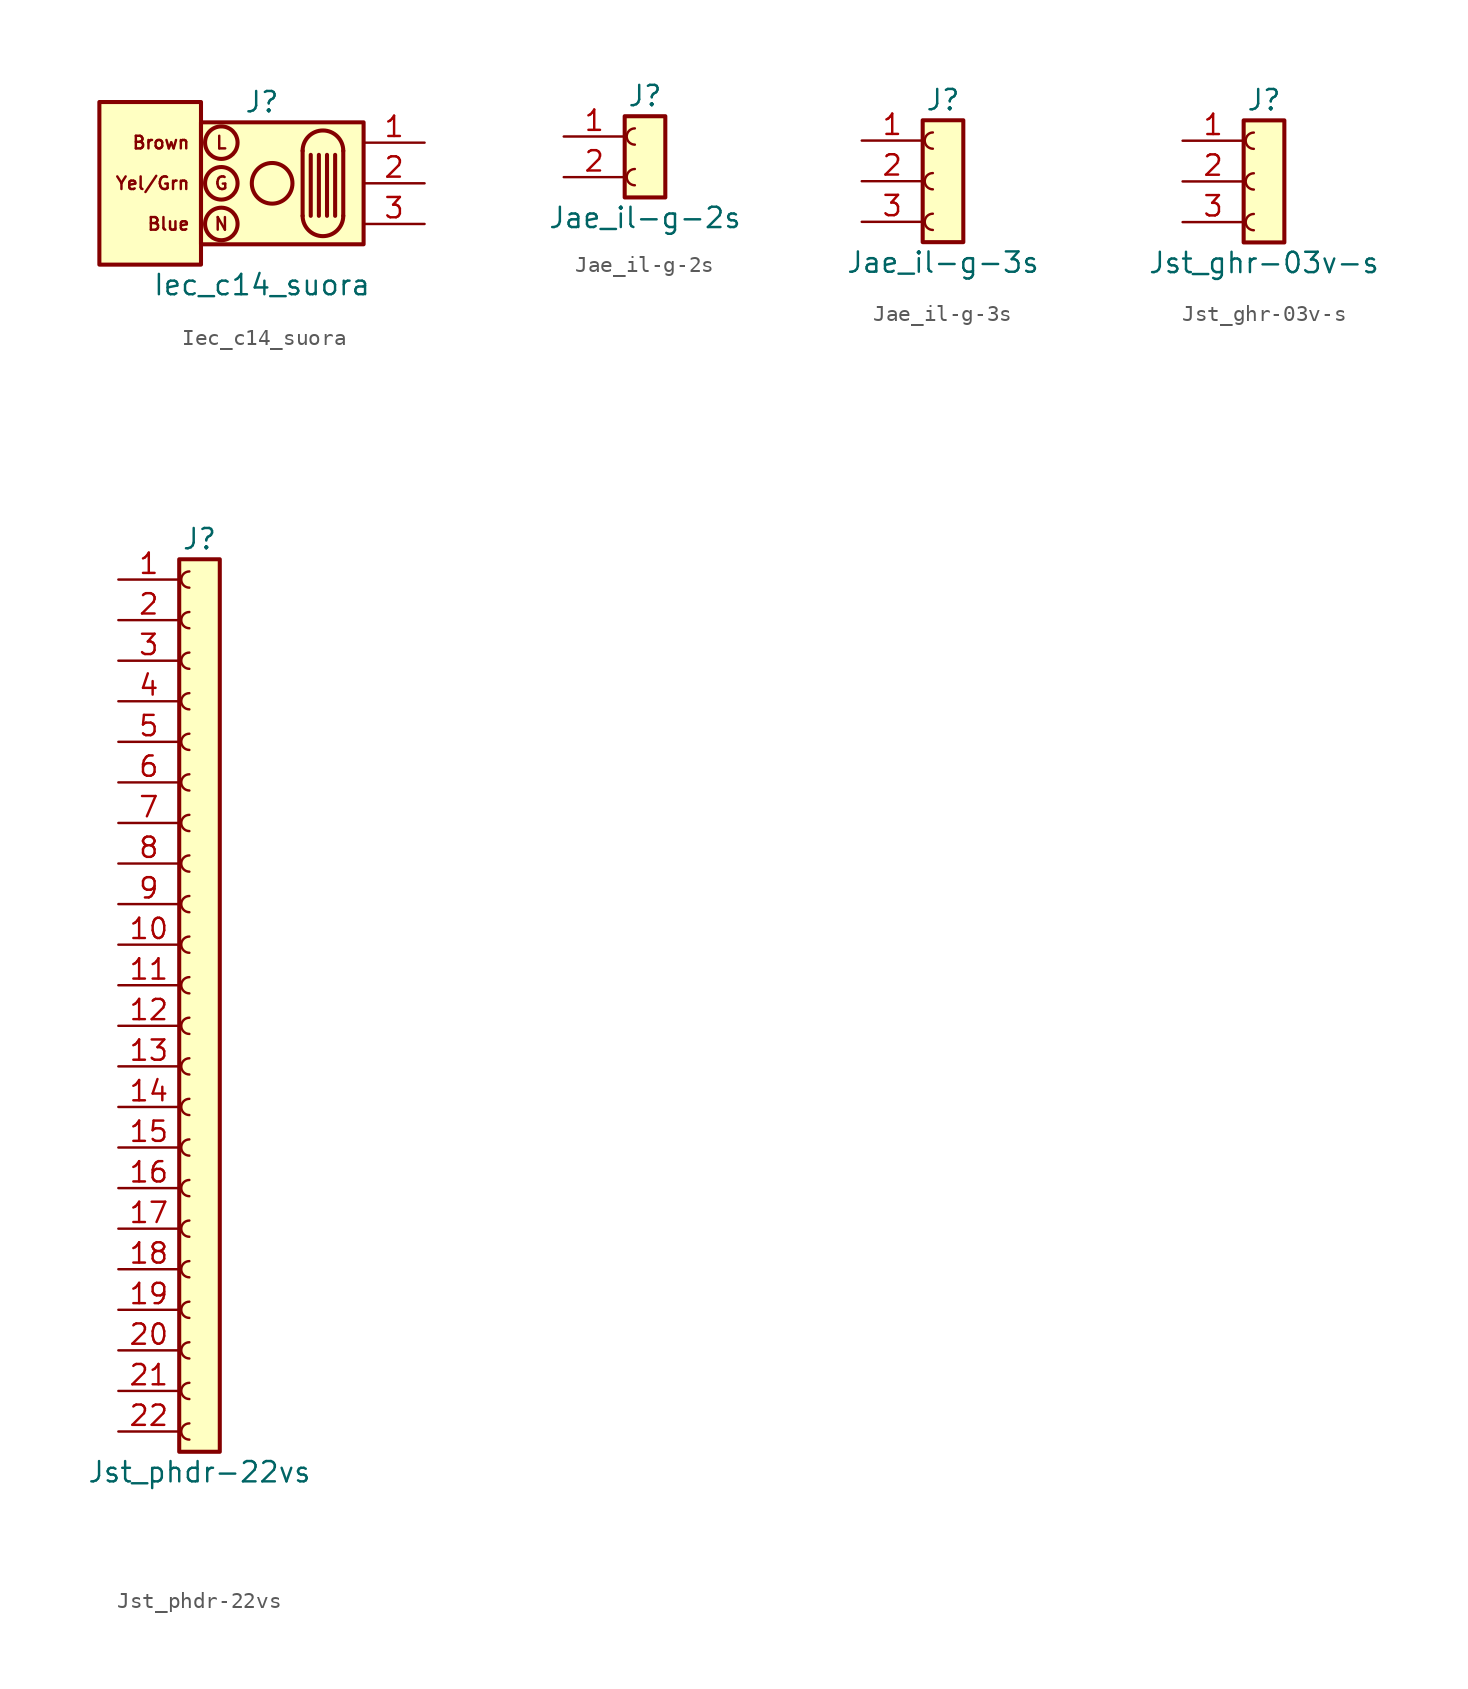
<source format=kicad_sym>
(kicad_symbol_lib
  (version 20211014)
  (generator kicad_symbol_editor)
  (symbol "Iec_c14_suora"
    (pin_names
      (offset 1.016) hide)
    (property "Reference" "J"
      (at 0 5.08 0)
      (effects (font (size 1.27 1.27))))
    (property "Value" "Iec_c14_suora"
      (at 0 -6.35 0)
      (effects (font (size 1.27 1.27))))
    (symbol "Iec_c14_suora_0_0"
      (text "Blue" (at -4.445 -2.54 0) (effects (font (size 0.787 0.787)) (justify right)))
      (text "Brown" (at -4.445 2.54 0) (effects (font (size 0.787 0.787)) (justify right)))
      (text "G" (at -2.54 0 0) (effects (font (size 0.787 0.787))))
      (text "L" (at -2.54 2.54 0) (effects (font (size 0.787 0.787))))
      (text "N" (at -2.54 -2.54 0) (effects (font (size 0.787 0.787))))
      (text "Yel/Grn" (at -4.445 0 0) (effects (font (size 0.787 0.787)) (justify right))))
    (symbol "Iec_c14_suora_0_1"
      (rectangle (start -10.16 5.08) (end -3.81 -5.08) (stroke (width 0.254) (type default) (color 0 0 0 0)) (fill (type background)))
      (rectangle (start -3.81 3.81) (end 6.35 -3.81) (stroke (width 0.254) (type default) (color 0 0 0 0)) (fill (type background)))
      (circle (center -2.54 -2.54) (radius 1.016) (stroke (width 0.254) (type default) (color 0 0 0 0)) (fill (type none)))
      (circle (center -2.54 0) (radius 1.016) (stroke (width 0.254) (type default) (color 0 0 0 0)) (fill (type none)))
      (circle (center -2.54 2.54) (radius 1.016) (stroke (width 0.254) (type default) (color 0 0 0 0)) (fill (type none)))
      (polyline (pts (xy 2.54 2.032) (xy 2.54 -2.032)) (stroke (width 0.254) (type default) (color 0 0 0 0)) (fill (type none)))
      (polyline (pts (xy 3.048 1.778) (xy 3.048 -2.032)) (stroke (width 0.254) (type default) (color 0 0 0 0)) (fill (type none)))
      (polyline (pts (xy 3.556 1.778) (xy 3.556 -2.032)) (stroke (width 0.254) (type default) (color 0 0 0 0)) (fill (type none)))
      (polyline (pts (xy 4.064 1.778) (xy 4.064 -2.032)) (stroke (width 0.254) (type default) (color 0 0 0 0)) (fill (type none)))
      (polyline (pts (xy 4.572 1.778) (xy 4.572 -2.032)) (stroke (width 0.254) (type default) (color 0 0 0 0)) (fill (type none)))
      (polyline (pts (xy 5.08 2.032) (xy 5.08 -2.032)) (stroke (width 0.254) (type default) (color 0 0 0 0)) (fill (type none)))
      (circle (center 0.635 0) (radius 1.27) (stroke (width 0.254) (type default) (color 0 0 0 0)) (fill (type none)))
      (arc (start 2.54 -2.032) (mid 3.81 -3.302) (end 5.08 -2.032) (stroke (width 0.254) (type default) (color 0 0 0 0)) (fill (type none))))
    (symbol "Iec_c14_suora_1_1"
      (arc (start 5.08 2.032) (mid 3.81 3.302) (end 2.54 2.032) (stroke (width 0.254) (type default) (color 0 0 0 0)) (fill (type none)))
      (pin passive line (at 10.16 2.54 180) (length 3.81) (name "Pin_1" (effects (font (size 1.27 1.27)))) (number "1" (effects (font (size 1.27 1.27)))))
      (pin passive line (at 10.16 0 180) (length 3.81) (name "Pin_2" (effects (font (size 1.27 1.27)))) (number "2" (effects (font (size 1.27 1.27)))))
      (pin passive line (at 10.16 -2.54 180) (length 3.81) (name "Pin_3" (effects (font (size 1.27 1.27)))) (number "3" (effects (font (size 1.27 1.27)))))))
  (symbol "Jae_il-g-2s"
    (pin_names
      (offset 1.016) hide)
    (property "Reference" "J"
      (at 0 2.54 0)
      (effects (font (size 1.27 1.27))))
    (property "Value" "Jae_il-g-2s"
      (at 0 -5.08 0)
      (effects (font (size 1.27 1.27))))
    (symbol "Jae_il-g-2s_0_1"
      (arc (start -0.635 -2.032) (mid -1.143 -2.54) (end -0.635 -3.048) (stroke (width 0) (type default) (color 0 0 0 0)) (fill (type none)))
      (arc (start -0.635 0.508) (mid -1.143 0) (end -0.635 -0.508) (stroke (width 0) (type default) (color 0 0 0 0)) (fill (type none))))
    (symbol "Jae_il-g-2s_1_1"
      (rectangle (start -1.27 1.27) (end 1.27 -3.81) (stroke (width 0.254) (type default) (color 0 0 0 0)) (fill (type background)))
      (pin passive line (at -5.08 0 0) (length 3.81) (name "Pin_1" (effects (font (size 1.27 1.27)))) (number "1" (effects (font (size 1.27 1.27)))))
      (pin passive line (at -5.08 -2.54 0) (length 3.81) (name "Pin_2" (effects (font (size 1.27 1.27)))) (number "2" (effects (font (size 1.27 1.27)))))))
  (symbol "Jae_il-g-3s"
    (pin_names
      (offset 1.016) hide)
    (property "Reference" "J"
      (at 0 5.08 0)
      (effects (font (size 1.27 1.27))))
    (property "Value" "Jae_il-g-3s"
      (at 0 -5.08 0)
      (effects (font (size 1.27 1.27))))
    (symbol "Jae_il-g-3s_1_1"
      (rectangle (start -1.27 3.81) (end 1.27 -3.81) (stroke (width 0.254) (type default) (color 0 0 0 0)) (fill (type background)))
      (arc (start -0.635 -2.032) (mid -1.143 -2.54) (end -0.635 -3.048) (stroke (width 0) (type default) (color 0 0 0 0)) (fill (type none)))
      (arc (start -0.635 0.508) (mid -1.143 0) (end -0.635 -0.508) (stroke (width 0) (type default) (color 0 0 0 0)) (fill (type none)))
      (arc (start -0.635 3.048) (mid -1.143 2.54) (end -0.635 2.032) (stroke (width 0) (type default) (color 0 0 0 0)) (fill (type none)))
      (pin passive line (at -5.08 2.54 0) (length 3.81) (name "Pin_1" (effects (font (size 1.27 1.27)))) (number "1" (effects (font (size 1.27 1.27)))))
      (pin passive line (at -5.08 0 0) (length 3.81) (name "Pin_2" (effects (font (size 1.27 1.27)))) (number "2" (effects (font (size 1.27 1.27)))))
      (pin passive line (at -5.08 -2.54 0) (length 3.81) (name "Pin_3" (effects (font (size 1.27 1.27)))) (number "3" (effects (font (size 1.27 1.27)))))))
  (symbol "Jst_ghr-03v-s"
    (pin_names
      (offset 1.016) hide)
    (property "Reference" "J"
      (at 0 5.08 0)
      (effects (font (size 1.27 1.27))))
    (property "Value" "Jst_ghr-03v-s"
      (at 0 -5.08 0)
      (effects (font (size 1.27 1.27))))
    (symbol "Jst_ghr-03v-s_1_1"
      (rectangle (start -1.27 3.81) (end 1.27 -3.81) (stroke (width 0.254) (type default) (color 0 0 0 0)) (fill (type background)))
      (arc (start -0.635 -2.032) (mid -1.143 -2.54) (end -0.635 -3.048) (stroke (width 0) (type default) (color 0 0 0 0)) (fill (type none)))
      (arc (start -0.635 0.508) (mid -1.143 0) (end -0.635 -0.508) (stroke (width 0) (type default) (color 0 0 0 0)) (fill (type none)))
      (arc (start -0.635 3.048) (mid -1.143 2.54) (end -0.635 2.032) (stroke (width 0) (type default) (color 0 0 0 0)) (fill (type none)))
      (pin passive line (at -5.08 2.54 0) (length 3.81) (name "Pin_1" (effects (font (size 1.27 1.27)))) (number "1" (effects (font (size 1.27 1.27)))))
      (pin passive line (at -5.08 0 0) (length 3.81) (name "Pin_2" (effects (font (size 1.27 1.27)))) (number "2" (effects (font (size 1.27 1.27)))))
      (pin passive line (at -5.08 -2.54 0) (length 3.81) (name "Pin_3" (effects (font (size 1.27 1.27)))) (number "3" (effects (font (size 1.27 1.27)))))))
  (symbol "Jst_phdr-22vs"
    (pin_names
      (offset 1.016) hide)
    (property "Reference" "J"
      (at 0 27.94 0)
      (effects (font (size 1.27 1.27))))
    (property "Value" "Jst_phdr-22vs"
      (at 0 -30.48 0)
      (effects (font (size 1.27 1.27))))
    (symbol "Jst_phdr-22vs_0_0"
      (arc (start -0.635 -27.432) (mid -1.143 -27.94) (end -0.635 -28.448) (stroke (width 0) (type default) (color 0 0 0 0)) (fill (type none))))
    (symbol "Jst_phdr-22vs_1_1"
      (rectangle (start -1.27 26.67) (end 1.27 -29.21) (stroke (width 0.254) (type default) (color 0 0 0 0)) (fill (type background)))
      (arc (start -0.635 -24.892) (mid -1.143 -25.4) (end -0.635 -25.908) (stroke (width 0) (type default) (color 0 0 0 0)) (fill (type none)))
      (arc (start -0.635 -22.352) (mid -1.143 -22.86) (end -0.635 -23.368) (stroke (width 0) (type default) (color 0 0 0 0)) (fill (type none)))
      (arc (start -0.635 -19.812) (mid -1.143 -20.32) (end -0.635 -20.828) (stroke (width 0) (type default) (color 0 0 0 0)) (fill (type none)))
      (arc (start -0.635 -17.272) (mid -1.143 -17.78) (end -0.635 -18.288) (stroke (width 0) (type default) (color 0 0 0 0)) (fill (type none)))
      (arc (start -0.635 -14.732) (mid -1.143 -15.24) (end -0.635 -15.748) (stroke (width 0) (type default) (color 0 0 0 0)) (fill (type none)))
      (arc (start -0.635 -12.192) (mid -1.143 -12.7) (end -0.635 -13.208) (stroke (width 0) (type default) (color 0 0 0 0)) (fill (type none)))
      (arc (start -0.635 -9.652) (mid -1.143 -10.16) (end -0.635 -10.668) (stroke (width 0) (type default) (color 0 0 0 0)) (fill (type none)))
      (arc (start -0.635 -7.112) (mid -1.143 -7.62) (end -0.635 -8.128) (stroke (width 0) (type default) (color 0 0 0 0)) (fill (type none)))
      (arc (start -0.635 -4.572) (mid -1.143 -5.08) (end -0.635 -5.588) (stroke (width 0) (type default) (color 0 0 0 0)) (fill (type none)))
      (arc (start -0.635 -2.032) (mid -1.143 -2.54) (end -0.635 -3.048) (stroke (width 0) (type default) (color 0 0 0 0)) (fill (type none)))
      (arc (start -0.635 0.508) (mid -1.143 0) (end -0.635 -0.508) (stroke (width 0) (type default) (color 0 0 0 0)) (fill (type none)))
      (arc (start -0.635 3.048) (mid -1.143 2.54) (end -0.635 2.032) (stroke (width 0) (type default) (color 0 0 0 0)) (fill (type none)))
      (arc (start -0.635 5.588) (mid -1.143 5.08) (end -0.635 4.572) (stroke (width 0) (type default) (color 0 0 0 0)) (fill (type none)))
      (arc (start -0.635 8.128) (mid -1.143 7.62) (end -0.635 7.112) (stroke (width 0) (type default) (color 0 0 0 0)) (fill (type none)))
      (arc (start -0.635 10.668) (mid -1.143 10.16) (end -0.635 9.652) (stroke (width 0) (type default) (color 0 0 0 0)) (fill (type none)))
      (arc (start -0.635 13.208) (mid -1.143 12.7) (end -0.635 12.192) (stroke (width 0) (type default) (color 0 0 0 0)) (fill (type none)))
      (arc (start -0.635 15.748) (mid -1.143 15.24) (end -0.635 14.732) (stroke (width 0) (type default) (color 0 0 0 0)) (fill (type none)))
      (arc (start -0.635 18.288) (mid -1.143 17.78) (end -0.635 17.272) (stroke (width 0) (type default) (color 0 0 0 0)) (fill (type none)))
      (arc (start -0.635 20.828) (mid -1.143 20.32) (end -0.635 19.812) (stroke (width 0) (type default) (color 0 0 0 0)) (fill (type none)))
      (arc (start -0.635 23.368) (mid -1.143 22.86) (end -0.635 22.352) (stroke (width 0) (type default) (color 0 0 0 0)) (fill (type none)))
      (arc (start -0.635 25.908) (mid -1.143 25.4) (end -0.635 24.892) (stroke (width 0) (type default) (color 0 0 0 0)) (fill (type none)))
      (pin passive line (at -5.08 25.4 0) (length 3.81) (name "Pin_1" (effects (font (size 1.27 1.27)))) (number "1" (effects (font (size 1.27 1.27)))))
      (pin passive line (at -5.08 2.54 0) (length 3.81) (name "Pin_10" (effects (font (size 1.27 1.27)))) (number "10" (effects (font (size 1.27 1.27)))))
      (pin passive line (at -5.08 0 0) (length 3.81) (name "Pin_11" (effects (font (size 1.27 1.27)))) (number "11" (effects (font (size 1.27 1.27)))))
      (pin passive line (at -5.08 -2.54 0) (length 3.81) (name "Pin_12" (effects (font (size 1.27 1.27)))) (number "12" (effects (font (size 1.27 1.27)))))
      (pin passive line (at -5.08 -5.08 0) (length 3.81) (name "Pin_13" (effects (font (size 1.27 1.27)))) (number "13" (effects (font (size 1.27 1.27)))))
      (pin passive line (at -5.08 -7.62 0) (length 3.81) (name "Pin_14" (effects (font (size 1.27 1.27)))) (number "14" (effects (font (size 1.27 1.27)))))
      (pin passive line (at -5.08 -10.16 0) (length 3.81) (name "Pin_15" (effects (font (size 1.27 1.27)))) (number "15" (effects (font (size 1.27 1.27)))))
      (pin passive line (at -5.08 -12.7 0) (length 3.81) (name "Pin_16" (effects (font (size 1.27 1.27)))) (number "16" (effects (font (size 1.27 1.27)))))
      (pin passive line (at -5.08 -15.24 0) (length 3.81) (name "Pin_17" (effects (font (size 1.27 1.27)))) (number "17" (effects (font (size 1.27 1.27)))))
      (pin passive line (at -5.08 -17.78 0) (length 3.81) (name "Pin_18" (effects (font (size 1.27 1.27)))) (number "18" (effects (font (size 1.27 1.27)))))
      (pin passive line (at -5.08 -20.32 0) (length 3.81) (name "Pin_19" (effects (font (size 1.27 1.27)))) (number "19" (effects (font (size 1.27 1.27)))))
      (pin passive line (at -5.08 22.86 0) (length 3.81) (name "Pin_2" (effects (font (size 1.27 1.27)))) (number "2" (effects (font (size 1.27 1.27)))))
      (pin passive line (at -5.08 -22.86 0) (length 3.81) (name "Pin_20" (effects (font (size 1.27 1.27)))) (number "20" (effects (font (size 1.27 1.27)))))
      (pin passive line (at -5.08 -25.4 0) (length 3.81) (name "Pin_21" (effects (font (size 1.27 1.27)))) (number "21" (effects (font (size 1.27 1.27)))))
      (pin passive line (at -5.08 -27.94 0) (length 3.81) (name "Pin_22" (effects (font (size 1.27 1.27)))) (number "22" (effects (font (size 1.27 1.27)))))
      (pin passive line (at -5.08 20.32 0) (length 3.81) (name "Pin_3" (effects (font (size 1.27 1.27)))) (number "3" (effects (font (size 1.27 1.27)))))
      (pin passive line (at -5.08 17.78 0) (length 3.81) (name "Pin_4" (effects (font (size 1.27 1.27)))) (number "4" (effects (font (size 1.27 1.27)))))
      (pin passive line (at -5.08 15.24 0) (length 3.81) (name "Pin_5" (effects (font (size 1.27 1.27)))) (number "5" (effects (font (size 1.27 1.27)))))
      (pin passive line (at -5.08 12.7 0) (length 3.81) (name "Pin_6" (effects (font (size 1.27 1.27)))) (number "6" (effects (font (size 1.27 1.27)))))
      (pin passive line (at -5.08 10.16 0) (length 3.81) (name "Pin_7" (effects (font (size 1.27 1.27)))) (number "7" (effects (font (size 1.27 1.27)))))
      (pin passive line (at -5.08 7.62 0) (length 3.81) (name "Pin_8" (effects (font (size 1.27 1.27)))) (number "8" (effects (font (size 1.27 1.27)))))
      (pin passive line (at -5.08 5.08 0) (length 3.81) (name "Pin_9" (effects (font (size 1.27 1.27)))) (number "9" (effects (font (size 1.27 1.27))))))))
</source>
